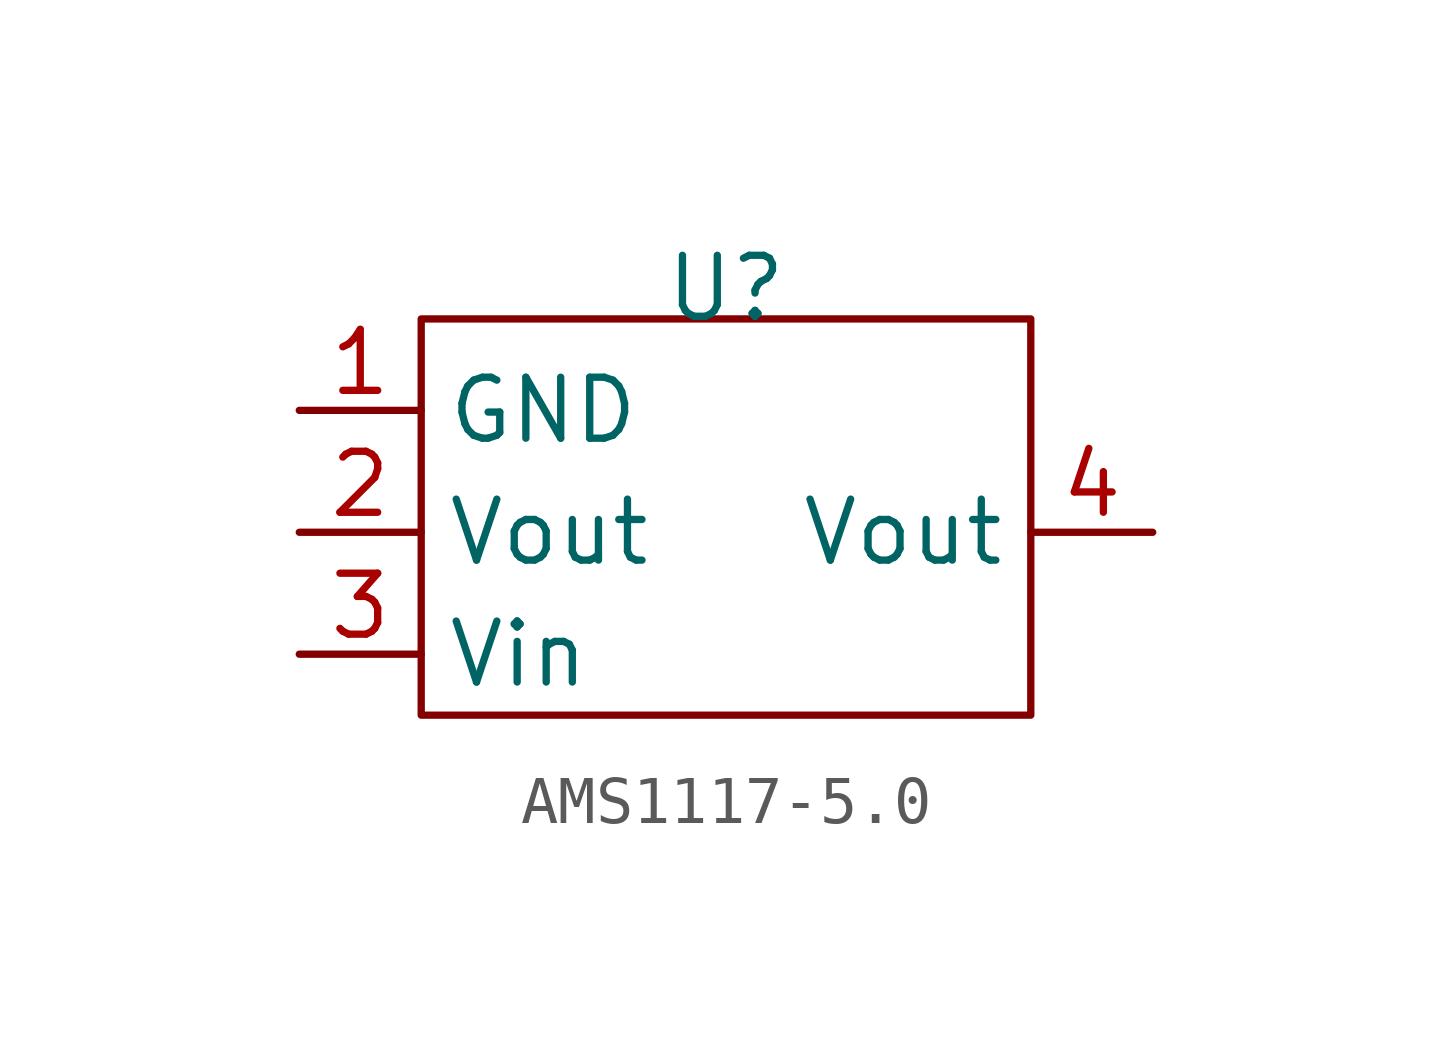
<source format=kicad_sym>
(kicad_symbol_lib
  (version 20241209)
  (generator "kicad_symbol_editor")
  (generator_version "9.0")
  (symbol "AMS1117-5.0"
    (property "Reference" "U"
      (at 0 0 0)
      (effects (font (size 1.27 1.27))))
    (property "Value" ""
      (at 0 0 0)
      (effects (font (size 1.27 1.27))))
    (symbol "AMS1117-5.0_0_1"
      (rectangle (start -6.35 -0.635) (end 6.35 -8.89) (stroke (width 0) (type default)) (fill (type none))))
    (symbol "AMS1117-5.0_1_1"
      (pin input line (at -8.89 -2.54 0) (length 2.54) (name "GND" (effects (font (size 1.27 1.27)))) (number "1" (effects (font (size 1.27 1.27)))))
      (pin input line (at -8.89 -5.08 0) (length 2.54) (name "Vout" (effects (font (size 1.27 1.27)))) (number "2" (effects (font (size 1.27 1.27)))))
      (pin input line (at -8.89 -7.62 0) (length 2.54) (name "Vin" (effects (font (size 1.27 1.27)))) (number "3" (effects (font (size 1.27 1.27)))))
      (pin output line (at 8.89 -5.08 180) (length 2.54) (name "Vout" (effects (font (size 1.27 1.27)))) (number "4" (effects (font (size 1.27 1.27))))))))
</source>
